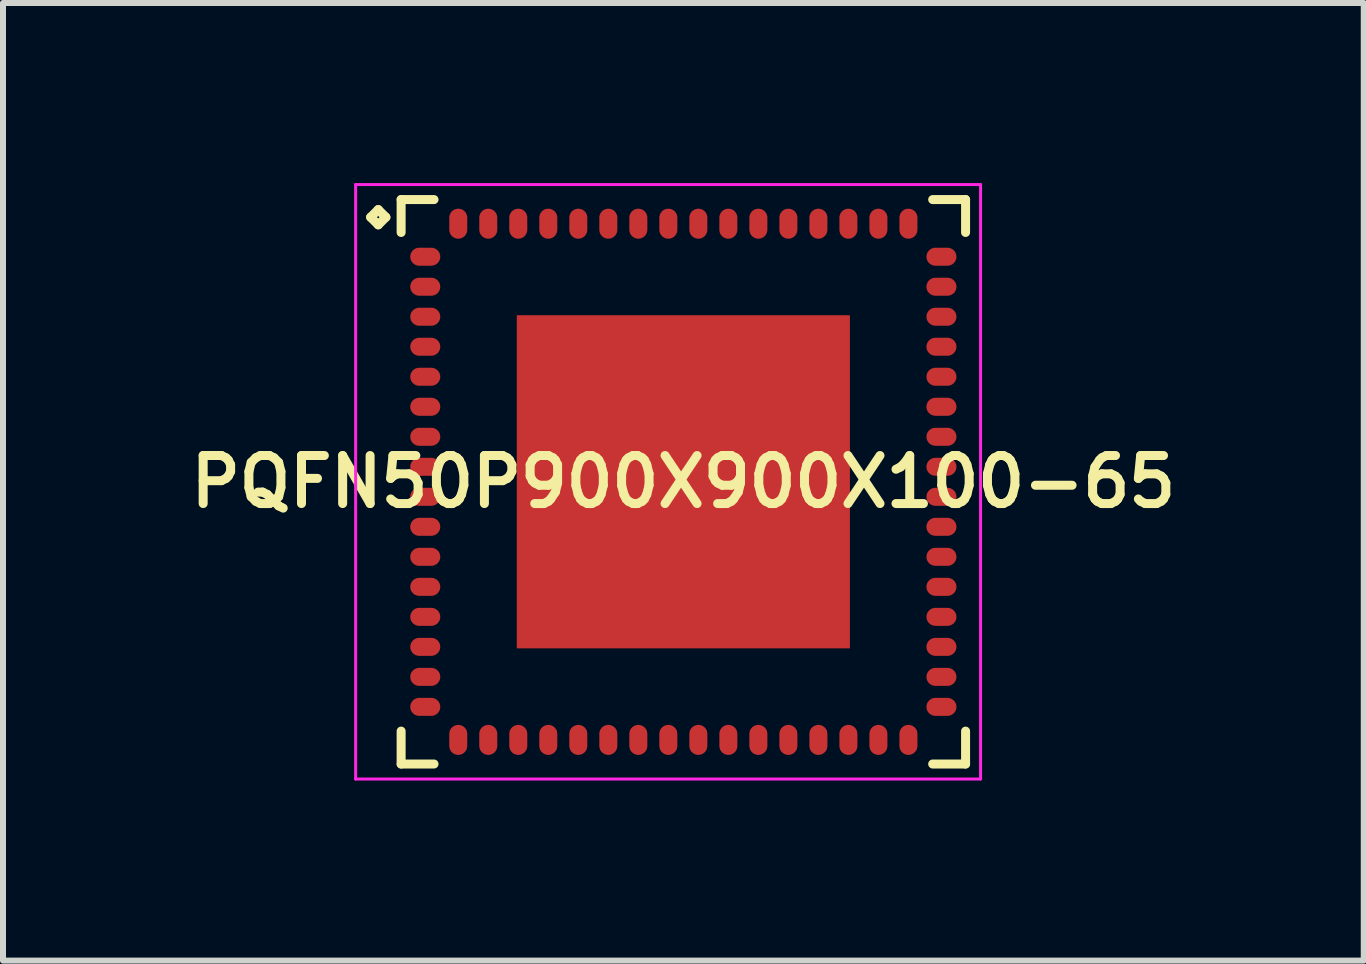
<source format=kicad_pcb>
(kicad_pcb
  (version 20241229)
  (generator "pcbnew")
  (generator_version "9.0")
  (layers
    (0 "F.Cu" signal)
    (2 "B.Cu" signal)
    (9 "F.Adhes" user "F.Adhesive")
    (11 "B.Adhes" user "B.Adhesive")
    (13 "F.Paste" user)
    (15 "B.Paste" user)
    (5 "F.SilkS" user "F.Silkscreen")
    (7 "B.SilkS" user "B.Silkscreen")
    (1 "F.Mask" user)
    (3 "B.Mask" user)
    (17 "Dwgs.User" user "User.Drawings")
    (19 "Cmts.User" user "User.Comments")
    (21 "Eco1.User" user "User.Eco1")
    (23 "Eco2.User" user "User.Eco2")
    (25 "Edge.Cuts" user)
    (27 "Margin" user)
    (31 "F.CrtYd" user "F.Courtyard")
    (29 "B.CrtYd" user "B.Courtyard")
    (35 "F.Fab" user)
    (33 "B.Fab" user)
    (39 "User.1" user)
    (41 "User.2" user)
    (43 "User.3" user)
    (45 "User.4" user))
  (footprint "PQFN50P900X900X100-65"
    (layer "F.Cu")
    (at 8.335 4.977)
    (property "Reference" "PQFN50P900X900X100-65" (at 0 0 0) (layer "F.SilkS") (effects (font (size 0.8 0.8) (thickness 0.15))))
    (attr smd)
    (fp_line (start -5.21 -4.408) (end -5.083 -4.535) (stroke (width 0.15) (type solid)) (layer "F.SilkS"))
    (fp_line (start -5.083 -4.535) (end -4.956 -4.408) (stroke (width 0.15) (type solid)) (layer "F.SilkS"))
    (fp_line (start -5.083 -4.281) (end -5.21 -4.408) (stroke (width 0.15) (type solid)) (layer "F.SilkS"))
    (fp_line (start -4.956 -4.408) (end -5.083 -4.281) (stroke (width 0.15) (type solid)) (layer "F.SilkS"))
    (fp_line (start -4.702 -4.702) (end -4.154 -4.702) (stroke (width 0.15) (type solid)) (layer "F.SilkS"))
    (fp_line (start -4.702 -4.154) (end -4.702 -4.702) (stroke (width 0.15) (type solid)) (layer "F.SilkS"))
    (fp_line (start -4.702 4.154) (end -4.702 4.702) (stroke (width 0.15) (type solid)) (layer "F.SilkS"))
    (fp_line (start -4.702 4.702) (end -4.154 4.702) (stroke (width 0.15) (type solid)) (layer "F.SilkS"))
    (fp_line (start 4.154 -4.702) (end 4.702 -4.702) (stroke (width 0.15) (type solid)) (layer "F.SilkS"))
    (fp_line (start 4.154 4.702) (end 4.702 4.702) (stroke (width 0.15) (type solid)) (layer "F.SilkS"))
    (fp_line (start 4.702 -4.702) (end 4.702 -4.154) (stroke (width 0.15) (type solid)) (layer "F.SilkS"))
    (fp_line (start 4.702 4.702) (end 4.702 4.154) (stroke (width 0.15) (type solid)) (layer "F.SilkS"))
    (fp_line (start -5.46 -4.952) (end 4.952 -4.952) (stroke (width 0.05) (type solid)) (layer "F.CrtYd"))
    (fp_line (start -5.46 4.952) (end -5.46 -4.952) (stroke (width 0.05) (type solid)) (layer "F.CrtYd"))
    (fp_line (start 4.952 -4.952) (end 4.952 4.952) (stroke (width 0.05) (type solid)) (layer "F.CrtYd"))
    (fp_line (start 4.952 4.952) (end -5.46 4.952) (stroke (width 0.05) (type solid)) (layer "F.CrtYd"))
    (pad "1" smd oval (at -4.3 -3.75) (size 0.5 0.3) (layers "F.Cu" "F.Mask" "F.Paste"))
    (pad "2" smd oval (at -4.3 -3.25) (size 0.5 0.3) (layers "F.Cu" "F.Mask" "F.Paste"))
    (pad "3" smd oval (at -4.3 -2.75) (size 0.5 0.3) (layers "F.Cu" "F.Mask" "F.Paste"))
    (pad "4" smd oval (at -4.3 -2.25) (size 0.5 0.3) (layers "F.Cu" "F.Mask" "F.Paste"))
    (pad "5" smd oval (at -4.3 -1.75) (size 0.5 0.3) (layers "F.Cu" "F.Mask" "F.Paste"))
    (pad "6" smd oval (at -4.3 -1.25) (size 0.5 0.3) (layers "F.Cu" "F.Mask" "F.Paste"))
    (pad "7" smd oval (at -4.3 -0.75) (size 0.5 0.3) (layers "F.Cu" "F.Mask" "F.Paste"))
    (pad "8" smd oval (at -4.3 -0.25) (size 0.5 0.3) (layers "F.Cu" "F.Mask" "F.Paste"))
    (pad "9" smd oval (at -4.3 0.25) (size 0.5 0.3) (layers "F.Cu" "F.Mask" "F.Paste"))
    (pad "10" smd oval (at -4.3 0.75) (size 0.5 0.3) (layers "F.Cu" "F.Mask" "F.Paste"))
    (pad "11" smd oval (at -4.3 1.25) (size 0.5 0.3) (layers "F.Cu" "F.Mask" "F.Paste"))
    (pad "12" smd oval (at -4.3 1.75) (size 0.5 0.3) (layers "F.Cu" "F.Mask" "F.Paste"))
    (pad "13" smd oval (at -4.3 2.25) (size 0.5 0.3) (layers "F.Cu" "F.Mask" "F.Paste"))
    (pad "14" smd oval (at -4.3 2.75) (size 0.5 0.3) (layers "F.Cu" "F.Mask" "F.Paste"))
    (pad "15" smd oval (at -4.3 3.25) (size 0.5 0.3) (layers "F.Cu" "F.Mask" "F.Paste"))
    (pad "16" smd oval (at -4.3 3.75) (size 0.5 0.3) (layers "F.Cu" "F.Mask" "F.Paste"))
    (pad "17" smd oval (at -3.75 4.3) (size 0.3 0.5) (layers "F.Cu" "F.Mask" "F.Paste"))
    (pad "18" smd oval (at -3.25 4.3) (size 0.3 0.5) (layers "F.Cu" "F.Mask" "F.Paste"))
    (pad "19" smd oval (at -2.75 4.3) (size 0.3 0.5) (layers "F.Cu" "F.Mask" "F.Paste"))
    (pad "20" smd oval (at -2.25 4.3) (size 0.3 0.5) (layers "F.Cu" "F.Mask" "F.Paste"))
    (pad "21" smd oval (at -1.75 4.3) (size 0.3 0.5) (layers "F.Cu" "F.Mask" "F.Paste"))
    (pad "22" smd oval (at -1.25 4.3) (size 0.3 0.5) (layers "F.Cu" "F.Mask" "F.Paste"))
    (pad "23" smd oval (at -0.75 4.3) (size 0.3 0.5) (layers "F.Cu" "F.Mask" "F.Paste"))
    (pad "24" smd oval (at -0.25 4.3) (size 0.3 0.5) (layers "F.Cu" "F.Mask" "F.Paste"))
    (pad "25" smd oval (at 0.25 4.3) (size 0.3 0.5) (layers "F.Cu" "F.Mask" "F.Paste"))
    (pad "26" smd oval (at 0.75 4.3) (size 0.3 0.5) (layers "F.Cu" "F.Mask" "F.Paste"))
    (pad "27" smd oval (at 1.25 4.3) (size 0.3 0.5) (layers "F.Cu" "F.Mask" "F.Paste"))
    (pad "28" smd oval (at 1.75 4.3) (size 0.3 0.5) (layers "F.Cu" "F.Mask" "F.Paste"))
    (pad "29" smd oval (at 2.25 4.3) (size 0.3 0.5) (layers "F.Cu" "F.Mask" "F.Paste"))
    (pad "30" smd oval (at 2.75 4.3) (size 0.3 0.5) (layers "F.Cu" "F.Mask" "F.Paste"))
    (pad "31" smd oval (at 3.25 4.3) (size 0.3 0.5) (layers "F.Cu" "F.Mask" "F.Paste"))
    (pad "32" smd oval (at 3.75 4.3) (size 0.3 0.5) (layers "F.Cu" "F.Mask" "F.Paste"))
    (pad "33" smd oval (at 4.3 3.75) (size 0.5 0.3) (layers "F.Cu" "F.Mask" "F.Paste"))
    (pad "34" smd oval (at 4.3 3.25) (size 0.5 0.3) (layers "F.Cu" "F.Mask" "F.Paste"))
    (pad "35" smd oval (at 4.3 2.75) (size 0.5 0.3) (layers "F.Cu" "F.Mask" "F.Paste"))
    (pad "36" smd oval (at 4.3 2.25) (size 0.5 0.3) (layers "F.Cu" "F.Mask" "F.Paste"))
    (pad "37" smd oval (at 4.3 1.75) (size 0.5 0.3) (layers "F.Cu" "F.Mask" "F.Paste"))
    (pad "38" smd oval (at 4.3 1.25) (size 0.5 0.3) (layers "F.Cu" "F.Mask" "F.Paste"))
    (pad "39" smd oval (at 4.3 0.75) (size 0.5 0.3) (layers "F.Cu" "F.Mask" "F.Paste"))
    (pad "40" smd oval (at 4.3 0.25) (size 0.5 0.3) (layers "F.Cu" "F.Mask" "F.Paste"))
    (pad "41" smd oval (at 4.3 -0.25) (size 0.5 0.3) (layers "F.Cu" "F.Mask" "F.Paste"))
    (pad "42" smd oval (at 4.3 -0.75) (size 0.5 0.3) (layers "F.Cu" "F.Mask" "F.Paste"))
    (pad "43" smd oval (at 4.3 -1.25) (size 0.5 0.3) (layers "F.Cu" "F.Mask" "F.Paste"))
    (pad "44" smd oval (at 4.3 -1.75) (size 0.5 0.3) (layers "F.Cu" "F.Mask" "F.Paste"))
    (pad "45" smd oval (at 4.3 -2.25) (size 0.5 0.3) (layers "F.Cu" "F.Mask" "F.Paste"))
    (pad "46" smd oval (at 4.3 -2.75) (size 0.5 0.3) (layers "F.Cu" "F.Mask" "F.Paste"))
    (pad "47" smd oval (at 4.3 -3.25) (size 0.5 0.3) (layers "F.Cu" "F.Mask" "F.Paste"))
    (pad "48" smd oval (at 4.3 -3.75) (size 0.5 0.3) (layers "F.Cu" "F.Mask" "F.Paste"))
    (pad "49" smd oval (at 3.75 -4.3) (size 0.3 0.5) (layers "F.Cu" "F.Mask" "F.Paste"))
    (pad "50" smd oval (at 3.25 -4.3) (size 0.3 0.5) (layers "F.Cu" "F.Mask" "F.Paste"))
    (pad "51" smd oval (at 2.75 -4.3) (size 0.3 0.5) (layers "F.Cu" "F.Mask" "F.Paste"))
    (pad "52" smd oval (at 2.25 -4.3) (size 0.3 0.5) (layers "F.Cu" "F.Mask" "F.Paste"))
    (pad "53" smd oval (at 1.75 -4.3) (size 0.3 0.5) (layers "F.Cu" "F.Mask" "F.Paste"))
    (pad "54" smd oval (at 1.25 -4.3) (size 0.3 0.5) (layers "F.Cu" "F.Mask" "F.Paste"))
    (pad "55" smd oval (at 0.75 -4.3) (size 0.3 0.5) (layers "F.Cu" "F.Mask" "F.Paste"))
    (pad "56" smd oval (at 0.25 -4.3) (size 0.3 0.5) (layers "F.Cu" "F.Mask" "F.Paste"))
    (pad "57" smd oval (at -0.25 -4.3) (size 0.3 0.5) (layers "F.Cu" "F.Mask" "F.Paste"))
    (pad "58" smd oval (at -0.75 -4.3) (size 0.3 0.5) (layers "F.Cu" "F.Mask" "F.Paste"))
    (pad "59" smd oval (at -1.25 -4.3) (size 0.3 0.5) (layers "F.Cu" "F.Mask" "F.Paste"))
    (pad "60" smd oval (at -1.75 -4.3) (size 0.3 0.5) (layers "F.Cu" "F.Mask" "F.Paste"))
    (pad "61" smd oval (at -2.25 -4.3) (size 0.3 0.5) (layers "F.Cu" "F.Mask" "F.Paste"))
    (pad "62" smd oval (at -2.75 -4.3) (size 0.3 0.5) (layers "F.Cu" "F.Mask" "F.Paste"))
    (pad "63" smd oval (at -3.25 -4.3) (size 0.3 0.5) (layers "F.Cu" "F.Mask" "F.Paste"))
    (pad "64" smd oval (at -3.75 -4.3) (size 0.3 0.5) (layers "F.Cu" "F.Mask" "F.Paste"))
    (pad "65" smd rect (at 0 0) (size 5.55 5.55) (layers "F.Cu" "F.Mask" "F.Paste")))
  (gr_rect
    (start -3 -3)
    (end 19.671 12.954)
    (stroke (width 0.1) (type default))
    (fill no)
    (layer "Edge.Cuts")))
</source>
